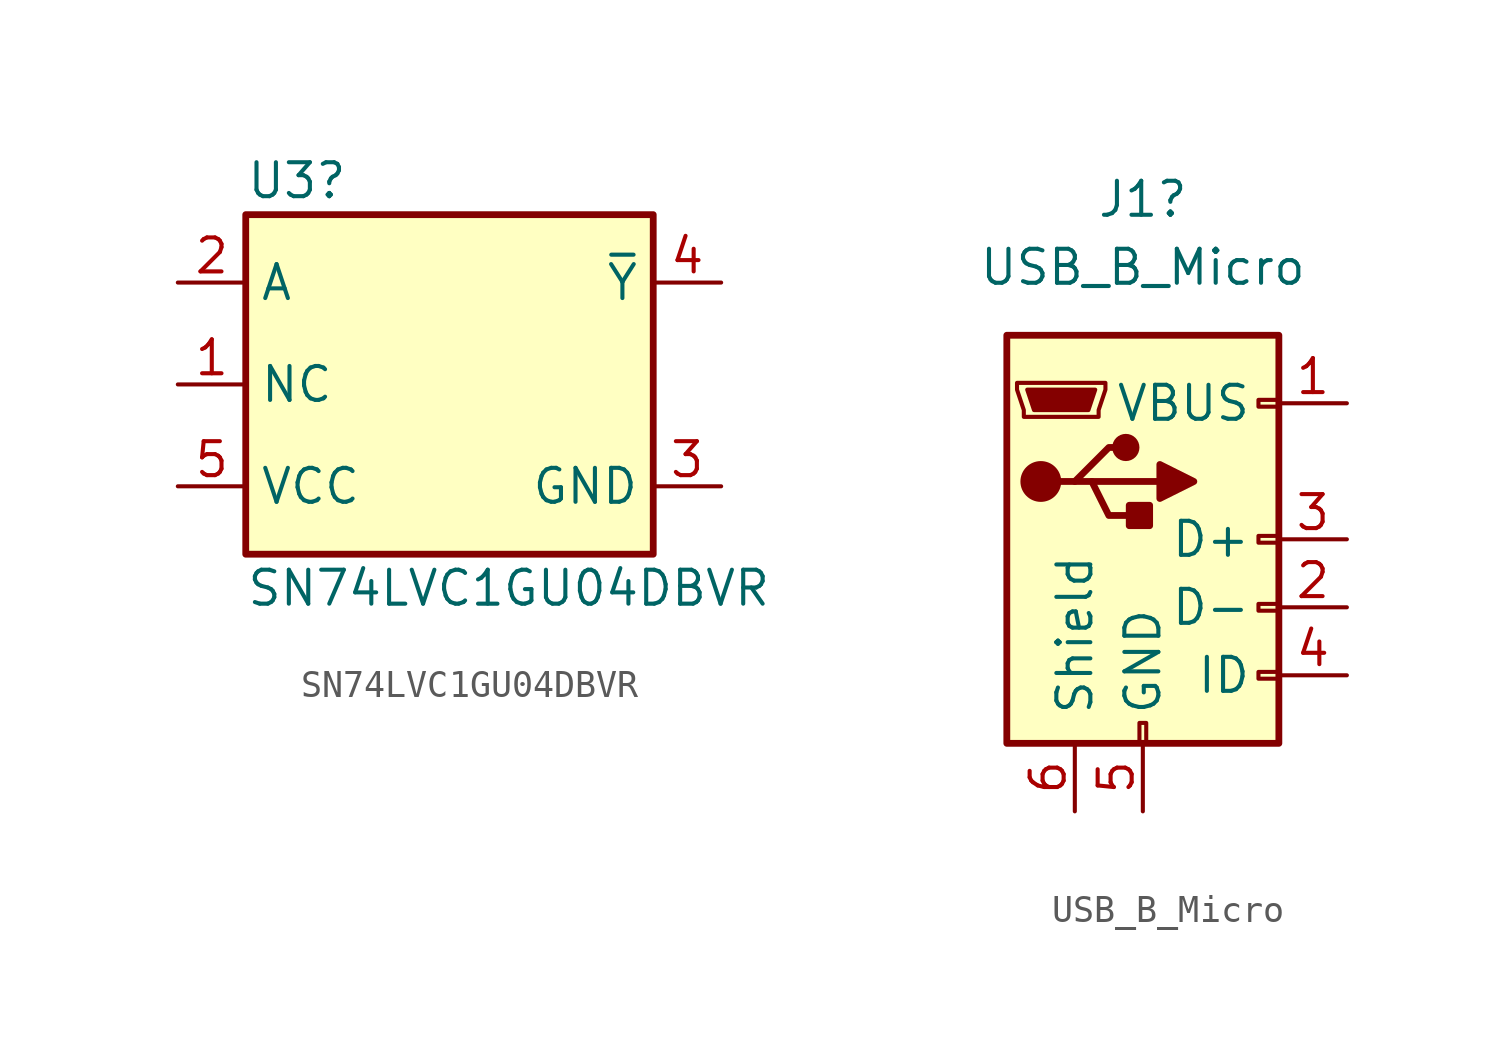
<source format=kicad_sym>
(kicad_symbol_lib
  (version 20220914)
  (generator kicad_symbol_editor)
  (symbol "SN74LVC1GU04DBVR"
    (property "Reference" "U3"
      (at 2.54 3.81 0)
      (effects (font (size 1.27 1.27)) (justify left)))
    (property "Value" "SN74LVC1GU04DBVR"
      (at 2.54 -11.43 0)
      (effects (font (size 1.27 1.27)) (justify left)))
    (symbol "SN74LVC1GU04DBVR_0_1"
      (rectangle (start 2.54 2.54) (end 17.78 -10.16) (stroke (width 0.254) (type default)) (fill (type background))))
    (symbol "SN74LVC1GU04DBVR_1_1"
      (pin bidirectional line (at 0 -3.81 0) (length 2.54) (name "NC" (effects (font (size 1.27 1.27)))) (number "1" (effects (font (size 1.27 1.27)))))
      (pin input line (at 0 0 0) (length 2.54) (name "A" (effects (font (size 1.27 1.27)))) (number "2" (effects (font (size 1.27 1.27)))))
      (pin power_in line (at 20.32 -7.62 180) (length 2.54) (name "GND" (effects (font (size 1.27 1.27)))) (number "3" (effects (font (size 1.27 1.27)))))
      (pin output line (at 20.32 0 180) (length 2.54) (name "~{Y}" (effects (font (size 1.27 1.27)))) (number "4" (effects (font (size 1.27 1.27)))))
      (pin power_in line (at 0 -7.62 0) (length 2.54) (name "VCC" (effects (font (size 1.27 1.27)))) (number "5" (effects (font (size 1.27 1.27)))))))
  (symbol "USB_B_Micro"
    (pin_names
      (offset 1.016))
    (property "Reference" "J1"
      (at 0 12.7 0)
      (effects (font (size 1.27 1.27))))
    (property "Value" "USB_B_Micro"
      (at 0 10.16 0)
      (effects (font (size 1.27 1.27))))
    (symbol "USB_B_Micro_0_1"
      (rectangle (start -5.08 -7.62) (end 5.08 7.62) (stroke (width 0.254) (type default)) (fill (type background)))
      (circle (center -3.81 2.159) (radius 0.635) (stroke (width 0.254) (type default)) (fill (type outline)))
      (circle (center -0.635 3.429) (radius 0.381) (stroke (width 0.254) (type default)) (fill (type outline)))
      (rectangle (start -0.127 -7.62) (end 0.127 -6.858) (stroke (width 0) (type default)) (fill (type none)))
      (polyline (pts (xy -1.905 2.159) (xy 0.635 2.159)) (stroke (width 0.254) (type default)) (fill (type none)))
      (polyline (pts (xy -3.175 2.159) (xy -2.54 2.159) (xy -1.27 3.429) (xy -0.635 3.429)) (stroke (width 0.254) (type default)) (fill (type none)))
      (polyline (pts (xy -2.54 2.159) (xy -1.905 2.159) (xy -1.27 0.889) (xy 0 0.889)) (stroke (width 0.254) (type default)) (fill (type none)))
      (polyline (pts (xy 0.635 2.794) (xy 0.635 1.524) (xy 1.905 2.159) (xy 0.635 2.794)) (stroke (width 0.254) (type default)) (fill (type outline)))
      (polyline (pts (xy -4.318 5.588) (xy -1.778 5.588) (xy -2.032 4.826) (xy -4.064 4.826) (xy -4.318 5.588)) (stroke (width 0) (type default)) (fill (type outline)))
      (polyline (pts (xy -4.699 5.842) (xy -4.699 5.588) (xy -4.445 4.826) (xy -4.445 4.572) (xy -1.651 4.572) (xy -1.651 4.826) (xy -1.397 5.588) (xy -1.397 5.842) (xy -4.699 5.842)) (stroke (width 0) (type default)) (fill (type none)))
      (rectangle (start 0.254 1.27) (end -0.508 0.508) (stroke (width 0.254) (type default)) (fill (type outline)))
      (rectangle (start 5.08 -5.207) (end 4.318 -4.953) (stroke (width 0) (type default)) (fill (type none)))
      (rectangle (start 5.08 -2.667) (end 4.318 -2.413) (stroke (width 0) (type default)) (fill (type none)))
      (rectangle (start 5.08 -0.127) (end 4.318 0.127) (stroke (width 0) (type default)) (fill (type none)))
      (rectangle (start 5.08 4.953) (end 4.318 5.207) (stroke (width 0) (type default)) (fill (type none))))
    (symbol "USB_B_Micro_1_1"
      (pin power_out line (at 7.62 5.08 180) (length 2.54) (name "VBUS" (effects (font (size 1.27 1.27)))) (number "1" (effects (font (size 1.27 1.27)))))
      (pin bidirectional line (at 7.62 -2.54 180) (length 2.54) (name "D-" (effects (font (size 1.27 1.27)))) (number "2" (effects (font (size 1.27 1.27)))))
      (pin bidirectional line (at 7.62 0 180) (length 2.54) (name "D+" (effects (font (size 1.27 1.27)))) (number "3" (effects (font (size 1.27 1.27)))))
      (pin passive line (at 7.62 -5.08 180) (length 2.54) (name "ID" (effects (font (size 1.27 1.27)))) (number "4" (effects (font (size 1.27 1.27)))))
      (pin power_out line (at 0 -10.16 90) (length 2.54) (name "GND" (effects (font (size 1.27 1.27)))) (number "5" (effects (font (size 1.27 1.27)))))
      (pin passive line (at -2.54 -10.16 90) (length 2.54) (name "Shield" (effects (font (size 1.27 1.27)))) (number "6" (effects (font (size 1.27 1.27))))))))
</source>
